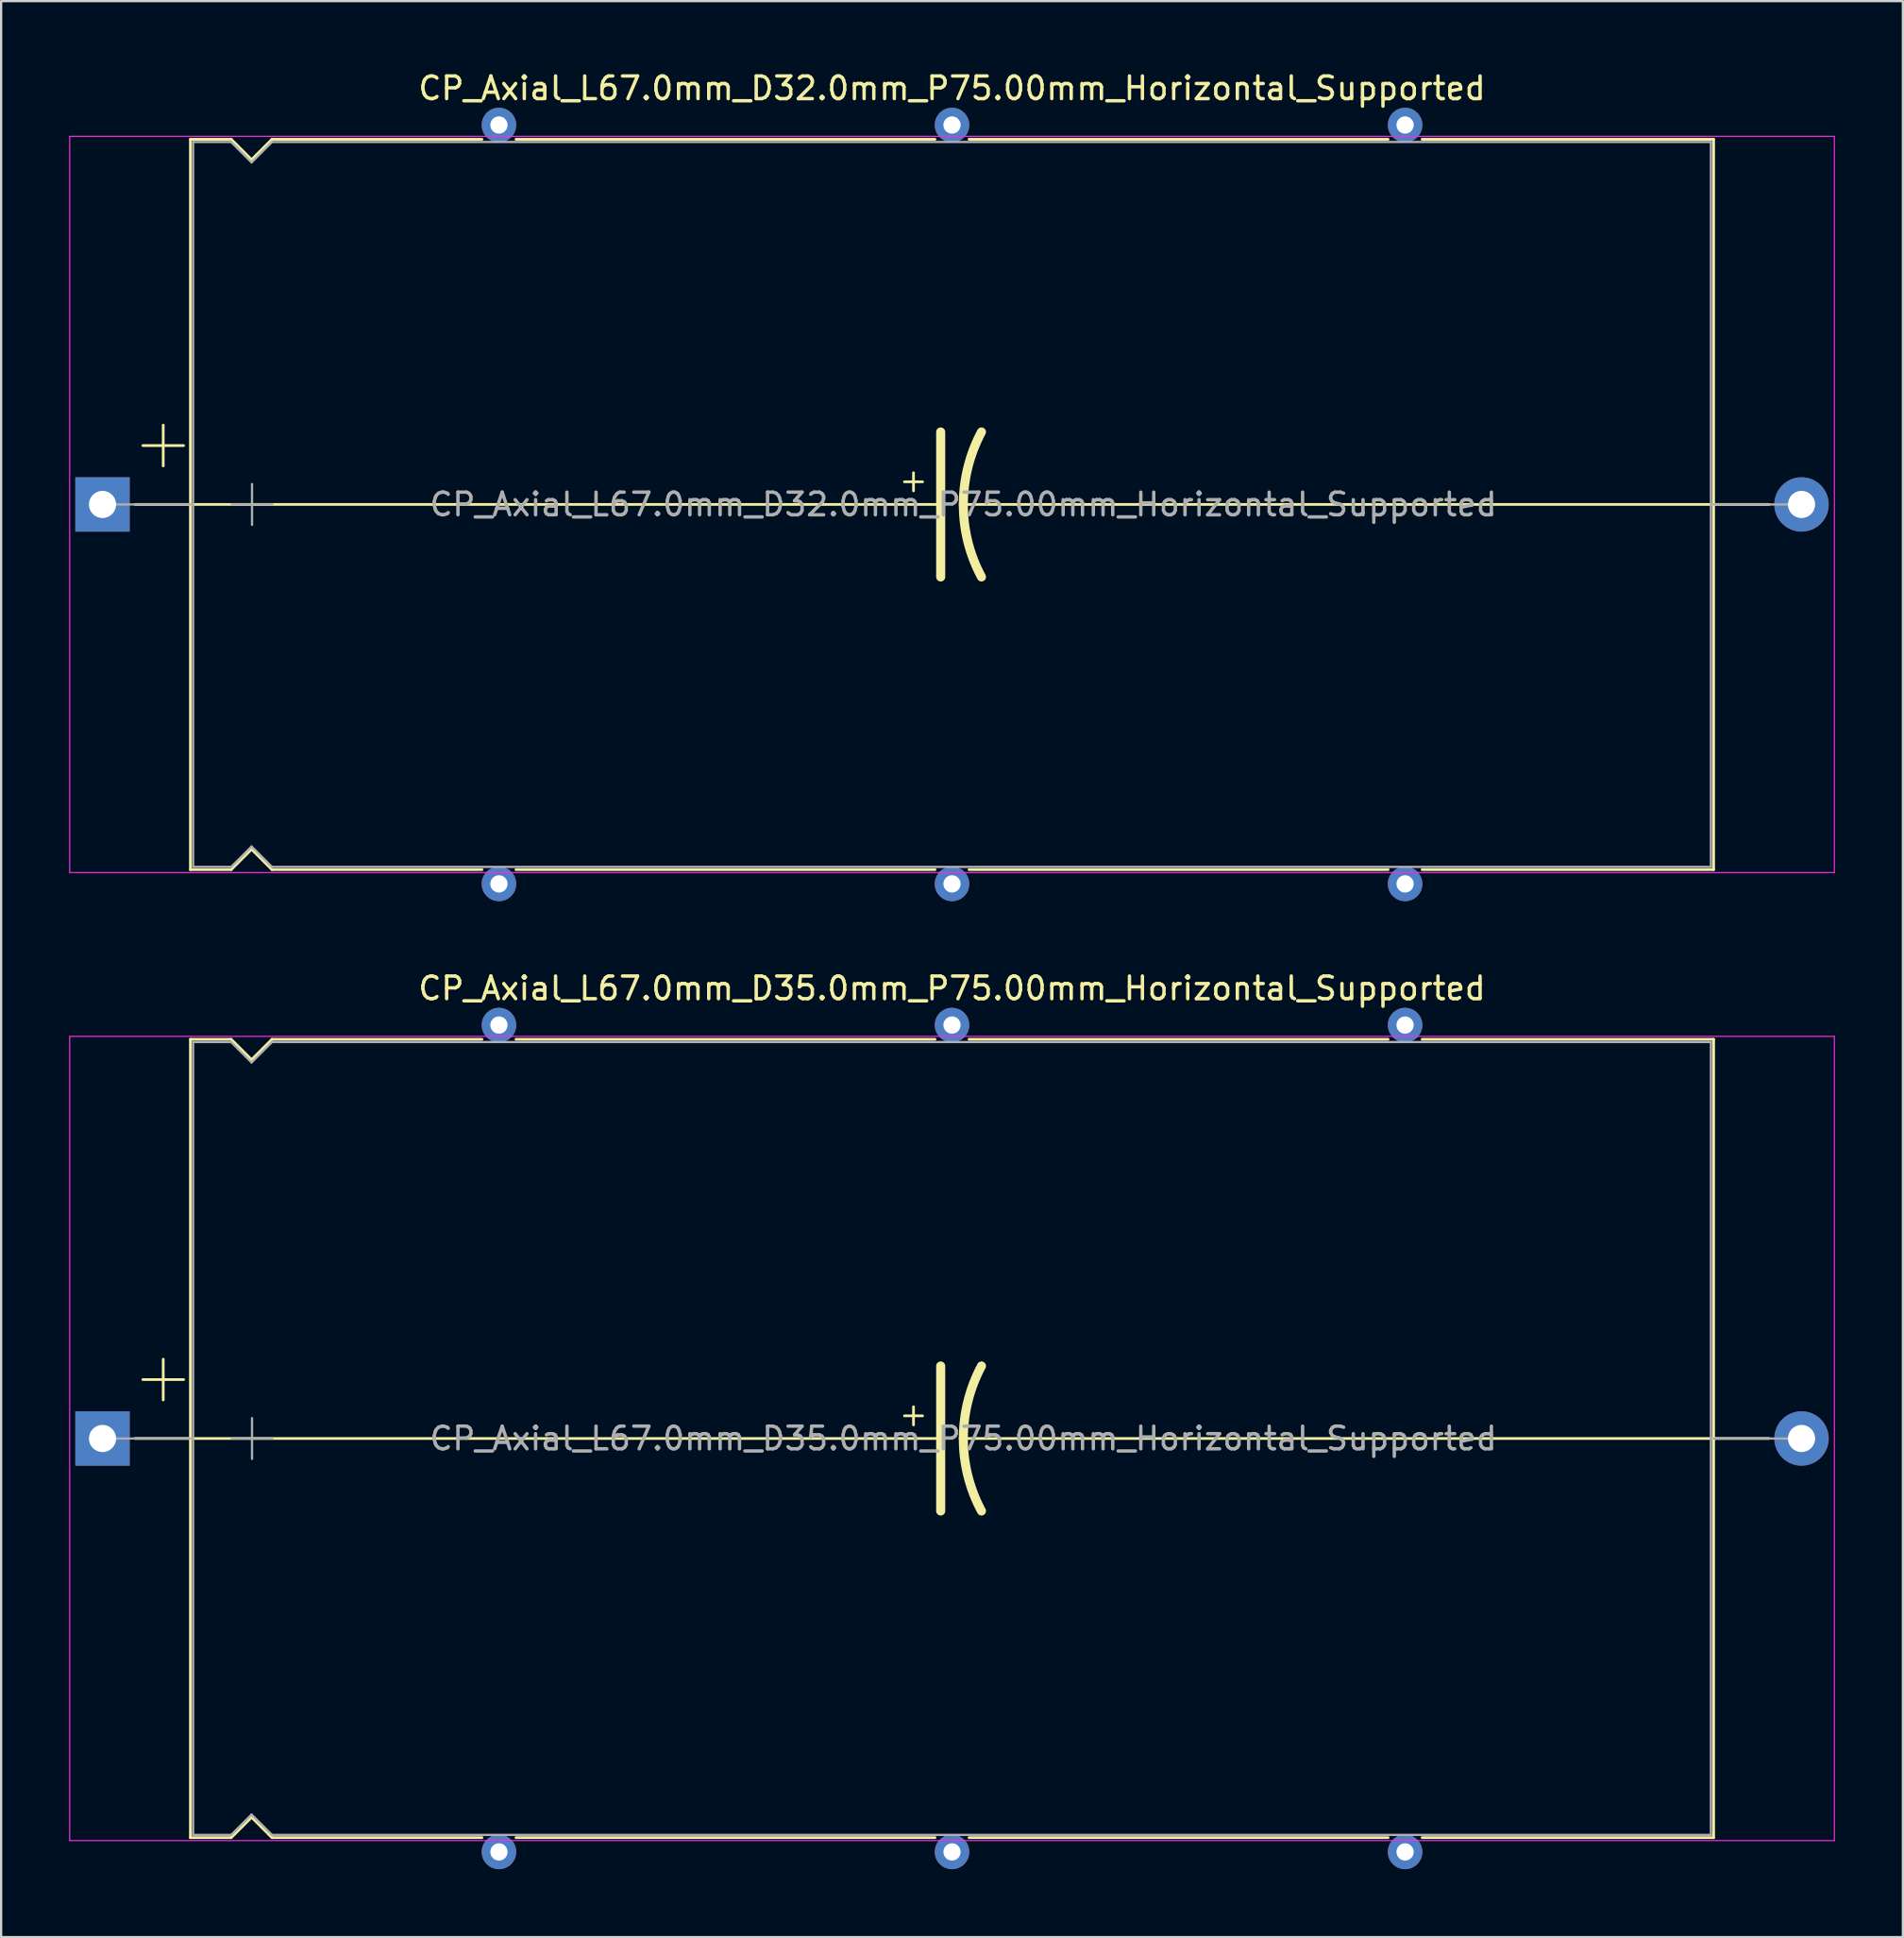
<source format=kicad_pcb>
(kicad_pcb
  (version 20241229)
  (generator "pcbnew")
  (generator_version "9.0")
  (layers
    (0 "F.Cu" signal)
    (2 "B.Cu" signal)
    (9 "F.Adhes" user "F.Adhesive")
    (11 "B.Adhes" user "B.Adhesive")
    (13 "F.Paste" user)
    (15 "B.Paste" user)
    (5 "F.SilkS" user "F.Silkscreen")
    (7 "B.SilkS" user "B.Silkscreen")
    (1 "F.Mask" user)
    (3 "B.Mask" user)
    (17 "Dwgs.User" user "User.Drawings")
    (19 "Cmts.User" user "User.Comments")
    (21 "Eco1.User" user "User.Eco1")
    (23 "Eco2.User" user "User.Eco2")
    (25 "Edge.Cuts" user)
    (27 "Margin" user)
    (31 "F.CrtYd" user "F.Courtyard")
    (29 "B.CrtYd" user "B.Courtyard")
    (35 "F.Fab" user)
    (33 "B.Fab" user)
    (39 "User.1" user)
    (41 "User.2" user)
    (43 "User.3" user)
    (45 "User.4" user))
  (footprint "CP_Axial_L67.0mm_D35.0mm_P75.00mm_Horizontal_Supported"
    (layer "F.Cu")
    (at 1.475 60.449)
    (property "Reference" "CP_Axial_L67.0mm_D35.0mm_P75.00mm_Horizontal_Supported" (at 37.5 -19.87 0) (layer "F.SilkS") (effects (font (size 1 1) (thickness 0.15))))
    (attr through_hole)
    (fp_line (start 1.44 0) (end 3.88 0) (stroke (width 0.12) (type solid)) (layer "F.SilkS"))
    (fp_line (start 1.78 -2.6) (end 3.58 -2.6) (stroke (width 0.12) (type solid)) (layer "F.SilkS"))
    (fp_line (start 2.68 -3.5) (end 2.68 -1.7) (stroke (width 0.12) (type solid)) (layer "F.SilkS"))
    (fp_line (start 3.88 -17.62) (end 3.88 17.62) (stroke (width 0.12) (type solid)) (layer "F.SilkS"))
    (fp_line (start 3.88 -17.62) (end 5.68 -17.62) (stroke (width 0.12) (type solid)) (layer "F.SilkS"))
    (fp_line (start 3.88 0) (end 37 0) (stroke (width 0.12) (type solid)) (layer "F.SilkS"))
    (fp_line (start 3.88 17.62) (end 5.68 17.62) (stroke (width 0.12) (type solid)) (layer "F.SilkS"))
    (fp_line (start 5.68 -17.62) (end 6.58 -16.72) (stroke (width 0.12) (type solid)) (layer "F.SilkS"))
    (fp_line (start 5.68 17.62) (end 6.58 16.72) (stroke (width 0.12) (type solid)) (layer "F.SilkS"))
    (fp_line (start 6.58 -16.72) (end 7.48 -17.62) (stroke (width 0.12) (type solid)) (layer "F.SilkS"))
    (fp_line (start 6.58 16.72) (end 7.48 17.62) (stroke (width 0.12) (type solid)) (layer "F.SilkS"))
    (fp_line (start 7.48 -17.62) (end 16.75 -17.62) (stroke (width 0.12) (type solid)) (layer "F.SilkS"))
    (fp_line (start 7.48 17.62) (end 16.75 17.62) (stroke (width 0.12) (type solid)) (layer "F.SilkS"))
    (fp_line (start 18.25 -17.62) (end 36.75 -17.62) (stroke (width 0.12) (type solid)) (layer "F.SilkS"))
    (fp_line (start 18.25 17.62) (end 36.75 17.62) (stroke (width 0.12) (type solid)) (layer "F.SilkS"))
    (fp_line (start 35.4 -1) (end 36.2 -1) (stroke (width 0.12) (type solid)) (layer "F.SilkS"))
    (fp_line (start 35.8 -1.4) (end 35.8 -0.6) (stroke (width 0.12) (type solid)) (layer "F.SilkS"))
    (fp_line (start 37 0) (end 37 -3.2) (stroke (width 0.4) (type solid)) (layer "F.SilkS"))
    (fp_line (start 37 0) (end 37 3.2) (stroke (width 0.4) (type solid)) (layer "F.SilkS"))
    (fp_line (start 38.25 -17.62) (end 56.75 -17.62) (stroke (width 0.12) (type solid)) (layer "F.SilkS"))
    (fp_line (start 38.25 17.62) (end 56.75 17.62) (stroke (width 0.12) (type solid)) (layer "F.SilkS"))
    (fp_line (start 58.25 -17.62) (end 71.12 -17.62) (stroke (width 0.12) (type solid)) (layer "F.SilkS"))
    (fp_line (start 58.25 17.62) (end 71.12 17.62) (stroke (width 0.12) (type solid)) (layer "F.SilkS"))
    (fp_line (start 71.12 -17.62) (end 71.12 17.62) (stroke (width 0.12) (type solid)) (layer "F.SilkS"))
    (fp_line (start 71.12 0) (end 38 0) (stroke (width 0.12) (type solid)) (layer "F.SilkS"))
    (fp_line (start 73.56 0) (end 71.12 0) (stroke (width 0.12) (type solid)) (layer "F.SilkS"))
    (fp_arc (start 38 0) (mid 38.203546 -1.649113) (end 38.8 -3.2) (stroke (width 0.4) (type solid)) (layer "F.SilkS"))
    (fp_arc (start 38.8 3.2) (mid 38.200708 1.649824) (end 38 0) (stroke (width 0.4) (type solid)) (layer "F.SilkS"))
    (fp_line (start -1.45 -17.75) (end -1.45 17.75) (stroke (width 0.05) (type solid)) (layer "F.CrtYd"))
    (fp_line (start -1.45 17.75) (end 76.45 17.75) (stroke (width 0.05) (type solid)) (layer "F.CrtYd"))
    (fp_line (start 76.45 -17.75) (end -1.45 -17.75) (stroke (width 0.05) (type solid)) (layer "F.CrtYd"))
    (fp_line (start 76.45 17.75) (end 76.45 -17.75) (stroke (width 0.05) (type solid)) (layer "F.CrtYd"))
    (fp_line (start 0 0) (end 4 0) (stroke (width 0.1) (type solid)) (layer "F.Fab"))
    (fp_line (start 4 -17.5) (end 4 17.5) (stroke (width 0.1) (type solid)) (layer "F.Fab"))
    (fp_line (start 4 -17.5) (end 5.68 -17.5) (stroke (width 0.1) (type solid)) (layer "F.Fab"))
    (fp_line (start 4 17.5) (end 5.68 17.5) (stroke (width 0.1) (type solid)) (layer "F.Fab"))
    (fp_line (start 5.68 -17.5) (end 6.58 -16.6) (stroke (width 0.1) (type solid)) (layer "F.Fab"))
    (fp_line (start 5.68 17.5) (end 6.58 16.6) (stroke (width 0.1) (type solid)) (layer "F.Fab"))
    (fp_line (start 5.7 0) (end 7.5 0) (stroke (width 0.1) (type solid)) (layer "F.Fab"))
    (fp_line (start 6.58 -16.6) (end 7.48 -17.5) (stroke (width 0.1) (type solid)) (layer "F.Fab"))
    (fp_line (start 6.58 16.6) (end 7.48 17.5) (stroke (width 0.1) (type solid)) (layer "F.Fab"))
    (fp_line (start 6.6 -0.9) (end 6.6 0.9) (stroke (width 0.1) (type solid)) (layer "F.Fab"))
    (fp_line (start 7.48 -17.5) (end 71 -17.5) (stroke (width 0.1) (type solid)) (layer "F.Fab"))
    (fp_line (start 7.48 17.5) (end 71 17.5) (stroke (width 0.1) (type solid)) (layer "F.Fab"))
    (fp_line (start 71 -17.5) (end 71 17.5) (stroke (width 0.1) (type solid)) (layer "F.Fab"))
    (fp_line (start 75 0) (end 71 0) (stroke (width 0.1) (type solid)) (layer "F.Fab"))
    (fp_text user "${REFERENCE}" (at 38 0 0) (layer "F.Fab") (effects (font (size 1 1) (thickness 0.15))))
    (pad "" thru_hole circle (at 17.5 -18.25) (size 1.524 1.524) (drill 0.762) (layers "*.Cu" "*.Mask"))
    (pad "" thru_hole circle (at 17.5 18.25) (size 1.524 1.524) (drill 0.762) (layers "*.Cu" "*.Mask"))
    (pad "" thru_hole circle (at 37.5 -18.25) (size 1.524 1.524) (drill 0.762) (layers "*.Cu" "*.Mask"))
    (pad "" thru_hole circle (at 37.5 18.25) (size 1.524 1.524) (drill 0.762) (layers "*.Cu" "*.Mask"))
    (pad "" thru_hole circle (at 57.5 -18.25) (size 1.524 1.524) (drill 0.762) (layers "*.Cu" "*.Mask"))
    (pad "" thru_hole circle (at 57.5 18.25) (size 1.524 1.524) (drill 0.762) (layers "*.Cu" "*.Mask"))
    (pad "1" thru_hole rect (at 0 0) (size 2.4 2.4) (drill 1.2) (layers "*.Cu" "*.Mask"))
    (pad "2" thru_hole oval (at 75 0) (size 2.4 2.4) (drill 1.2) (layers "*.Cu" "*.Mask")))
  (footprint "CP_Axial_L67.0mm_D32.0mm_P75.00mm_Horizontal_Supported"
    (layer "F.Cu")
    (at 1.475 19.218)
    (property "Reference" "CP_Axial_L67.0mm_D32.0mm_P75.00mm_Horizontal_Supported" (at 37.5 -18.37 0) (layer "F.SilkS") (effects (font (size 1 1) (thickness 0.15))))
    (attr through_hole)
    (fp_line (start 1.44 0) (end 3.88 0) (stroke (width 0.12) (type solid)) (layer "F.SilkS"))
    (fp_line (start 1.78 -2.6) (end 3.58 -2.6) (stroke (width 0.12) (type solid)) (layer "F.SilkS"))
    (fp_line (start 2.68 -3.5) (end 2.68 -1.7) (stroke (width 0.12) (type solid)) (layer "F.SilkS"))
    (fp_line (start 3.88 -16.12) (end 3.88 16.12) (stroke (width 0.12) (type solid)) (layer "F.SilkS"))
    (fp_line (start 3.88 -16.12) (end 5.68 -16.12) (stroke (width 0.12) (type solid)) (layer "F.SilkS"))
    (fp_line (start 3.88 0) (end 37 0) (stroke (width 0.12) (type solid)) (layer "F.SilkS"))
    (fp_line (start 3.88 16.12) (end 5.68 16.12) (stroke (width 0.12) (type solid)) (layer "F.SilkS"))
    (fp_line (start 5.68 -16.12) (end 6.58 -15.22) (stroke (width 0.12) (type solid)) (layer "F.SilkS"))
    (fp_line (start 5.68 16.12) (end 6.58 15.22) (stroke (width 0.12) (type solid)) (layer "F.SilkS"))
    (fp_line (start 6.58 -15.22) (end 7.48 -16.12) (stroke (width 0.12) (type solid)) (layer "F.SilkS"))
    (fp_line (start 6.58 15.22) (end 7.48 16.12) (stroke (width 0.12) (type solid)) (layer "F.SilkS"))
    (fp_line (start 7.48 -16.12) (end 16.75 -16.12) (stroke (width 0.12) (type solid)) (layer "F.SilkS"))
    (fp_line (start 7.48 16.12) (end 16.75 16.12) (stroke (width 0.12) (type solid)) (layer "F.SilkS"))
    (fp_line (start 18.25 -16.12) (end 36.75 -16.12) (stroke (width 0.12) (type solid)) (layer "F.SilkS"))
    (fp_line (start 18.25 16.12) (end 36.75 16.12) (stroke (width 0.12) (type solid)) (layer "F.SilkS"))
    (fp_line (start 35.4 -1) (end 36.2 -1) (stroke (width 0.12) (type solid)) (layer "F.SilkS"))
    (fp_line (start 35.8 -1.4) (end 35.8 -0.6) (stroke (width 0.12) (type solid)) (layer "F.SilkS"))
    (fp_line (start 37 0) (end 37 -3.2) (stroke (width 0.4) (type solid)) (layer "F.SilkS"))
    (fp_line (start 37 0) (end 37 3.2) (stroke (width 0.4) (type solid)) (layer "F.SilkS"))
    (fp_line (start 38.25 -16.12) (end 56.75 -16.12) (stroke (width 0.12) (type solid)) (layer "F.SilkS"))
    (fp_line (start 38.25 16.12) (end 56.75 16.12) (stroke (width 0.12) (type solid)) (layer "F.SilkS"))
    (fp_line (start 58.25 -16.12) (end 71.12 -16.12) (stroke (width 0.12) (type solid)) (layer "F.SilkS"))
    (fp_line (start 58.25 16.12) (end 71.12 16.12) (stroke (width 0.12) (type solid)) (layer "F.SilkS"))
    (fp_line (start 71.12 -16.12) (end 71.12 16.12) (stroke (width 0.12) (type solid)) (layer "F.SilkS"))
    (fp_line (start 71.12 0) (end 38 0) (stroke (width 0.12) (type solid)) (layer "F.SilkS"))
    (fp_line (start 73.56 0) (end 71.12 0) (stroke (width 0.12) (type solid)) (layer "F.SilkS"))
    (fp_arc (start 38 0) (mid 38.203546 -1.649113) (end 38.8 -3.2) (stroke (width 0.4) (type solid)) (layer "F.SilkS"))
    (fp_arc (start 38.8 3.2) (mid 38.200708 1.649824) (end 38 0) (stroke (width 0.4) (type solid)) (layer "F.SilkS"))
    (fp_line (start -1.45 -16.25) (end -1.45 16.25) (stroke (width 0.05) (type solid)) (layer "F.CrtYd"))
    (fp_line (start -1.45 16.25) (end 76.45 16.25) (stroke (width 0.05) (type solid)) (layer "F.CrtYd"))
    (fp_line (start 76.45 -16.25) (end -1.45 -16.25) (stroke (width 0.05) (type solid)) (layer "F.CrtYd"))
    (fp_line (start 76.45 16.25) (end 76.45 -16.25) (stroke (width 0.05) (type solid)) (layer "F.CrtYd"))
    (fp_line (start 0 0) (end 4 0) (stroke (width 0.1) (type solid)) (layer "F.Fab"))
    (fp_line (start 4 -16) (end 4 16) (stroke (width 0.1) (type solid)) (layer "F.Fab"))
    (fp_line (start 4 -16) (end 5.68 -16) (stroke (width 0.1) (type solid)) (layer "F.Fab"))
    (fp_line (start 4 16) (end 5.68 16) (stroke (width 0.1) (type solid)) (layer "F.Fab"))
    (fp_line (start 5.68 -16) (end 6.58 -15.1) (stroke (width 0.1) (type solid)) (layer "F.Fab"))
    (fp_line (start 5.68 16) (end 6.58 15.1) (stroke (width 0.1) (type solid)) (layer "F.Fab"))
    (fp_line (start 5.7 0) (end 7.5 0) (stroke (width 0.1) (type solid)) (layer "F.Fab"))
    (fp_line (start 6.58 -15.1) (end 7.48 -16) (stroke (width 0.1) (type solid)) (layer "F.Fab"))
    (fp_line (start 6.58 15.1) (end 7.48 16) (stroke (width 0.1) (type solid)) (layer "F.Fab"))
    (fp_line (start 6.6 -0.9) (end 6.6 0.9) (stroke (width 0.1) (type solid)) (layer "F.Fab"))
    (fp_line (start 7.48 -16) (end 71 -16) (stroke (width 0.1) (type solid)) (layer "F.Fab"))
    (fp_line (start 7.48 16) (end 71 16) (stroke (width 0.1) (type solid)) (layer "F.Fab"))
    (fp_line (start 71 -16) (end 71 16) (stroke (width 0.1) (type solid)) (layer "F.Fab"))
    (fp_line (start 75 0) (end 71 0) (stroke (width 0.1) (type solid)) (layer "F.Fab"))
    (fp_text user "${REFERENCE}" (at 38 0 0) (layer "F.Fab") (effects (font (size 1 1) (thickness 0.15))))
    (pad "" thru_hole circle (at 17.5 -16.75) (size 1.524 1.524) (drill 0.762) (layers "*.Cu" "*.Mask"))
    (pad "" thru_hole circle (at 17.5 16.75) (size 1.524 1.524) (drill 0.762) (layers "*.Cu" "*.Mask"))
    (pad "" thru_hole circle (at 37.5 -16.75) (size 1.524 1.524) (drill 0.762) (layers "*.Cu" "*.Mask"))
    (pad "" thru_hole circle (at 37.5 16.75) (size 1.524 1.524) (drill 0.762) (layers "*.Cu" "*.Mask"))
    (pad "" thru_hole circle (at 57.5 -16.75) (size 1.524 1.524) (drill 0.762) (layers "*.Cu" "*.Mask"))
    (pad "" thru_hole circle (at 57.5 16.75) (size 1.524 1.524) (drill 0.762) (layers "*.Cu" "*.Mask"))
    (pad "1" thru_hole rect (at 0 0) (size 2.4 2.4) (drill 1.2) (layers "*.Cu" "*.Mask"))
    (pad "2" thru_hole oval (at 75 0) (size 2.4 2.4) (drill 1.2) (layers "*.Cu" "*.Mask")))
  (gr_rect
    (start -3 -3)
    (end 80.95 82.46)
    (stroke (width 0.1) (type default))
    (fill no)
    (layer "Edge.Cuts")))
</source>
